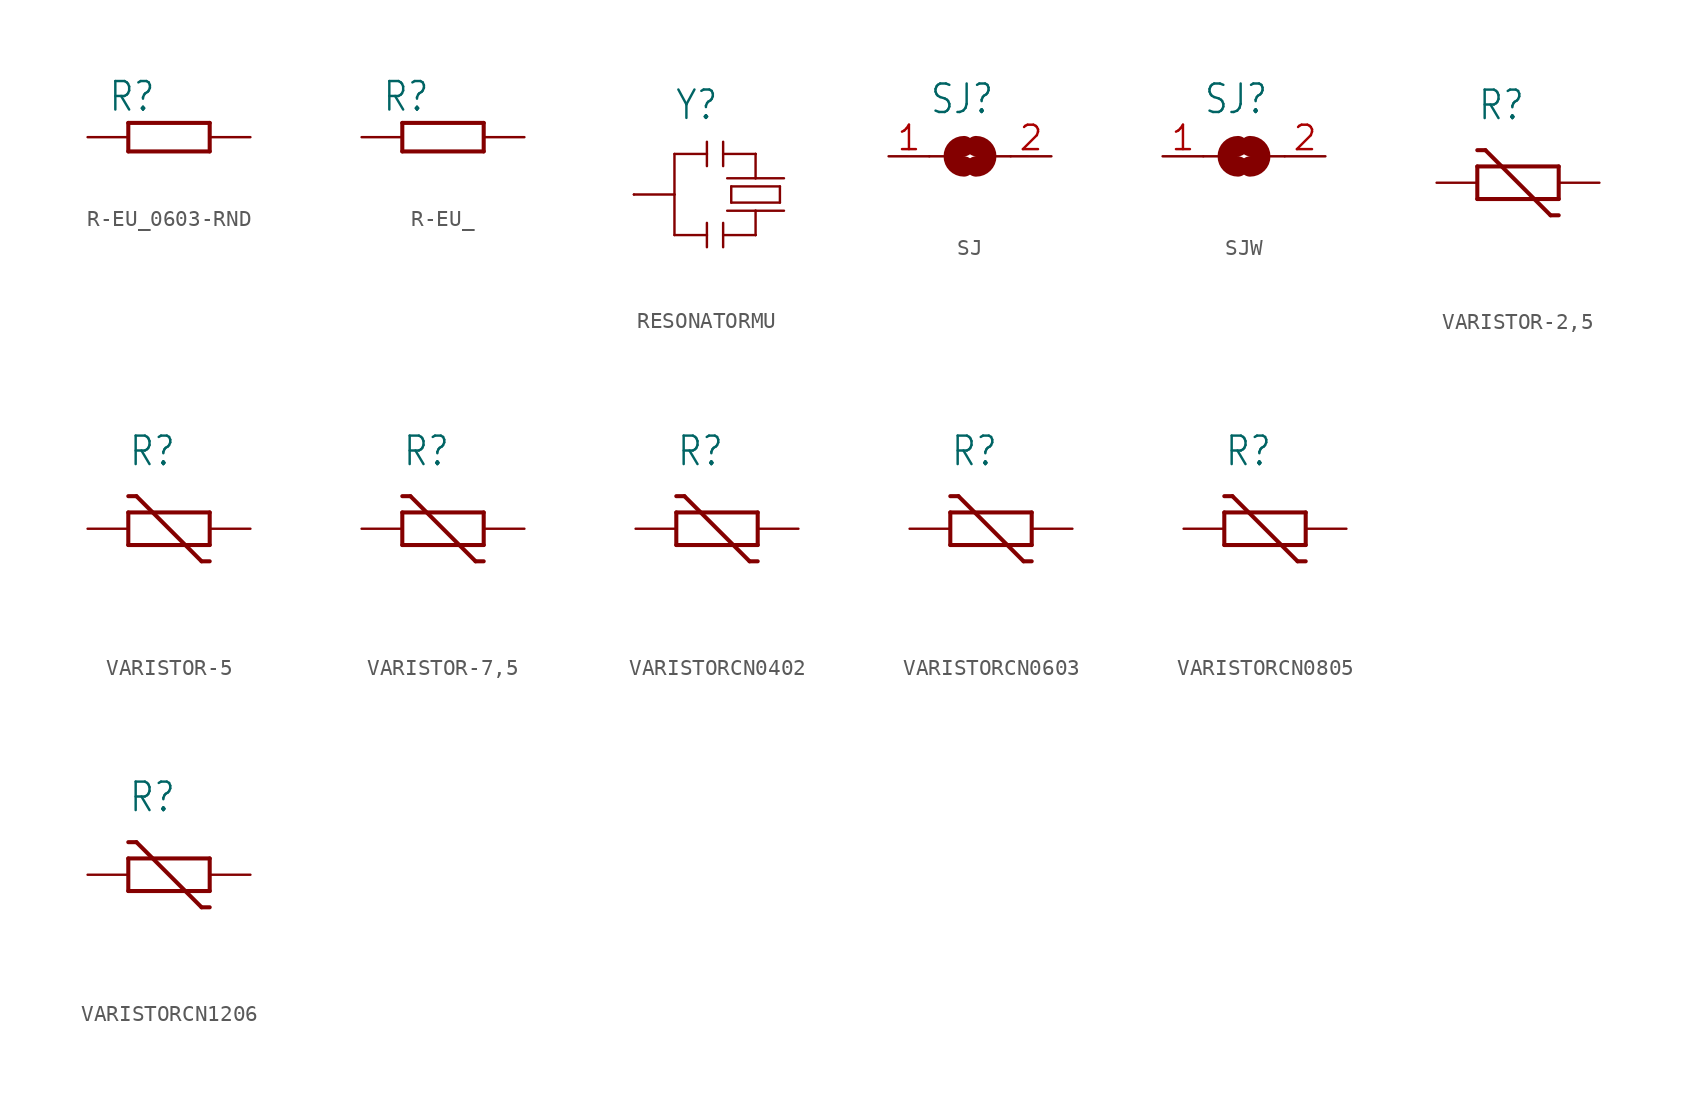
<source format=kicad_sym>
(kicad_symbol_lib
  (version 20241209)
  (generator "kicad_symbol_editor")
  (generator_version "9.0")
  (symbol "R-EU_0603-RND"
    (property "Reference" "R"
      (at -3.81 1.499 0)
      (effects (font (size 1.778 1.511)) (justify left bottom)))
    (property "Value" ""
      (at -3.81 -3.302 0)
      (effects (font (size 1.778 1.511)) (justify left bottom)))
    (property "ki_locked" ""
      (at 0 0 0)
      (effects (font (size 1.27 1.27))))
    (symbol "R-EU_0603-RND_1_0"
      (polyline (pts (xy -2.54 -0.889) (xy -2.54 0.889)) (stroke (width 0.254) (type solid)) (fill (type none)))
      (polyline (pts (xy -2.54 -0.889) (xy 2.54 -0.889)) (stroke (width 0.254) (type solid)) (fill (type none)))
      (polyline (pts (xy 2.54 0.889) (xy -2.54 0.889)) (stroke (width 0.254) (type solid)) (fill (type none)))
      (polyline (pts (xy 2.54 -0.889) (xy 2.54 0.889)) (stroke (width 0.254) (type solid)) (fill (type none)))
      (pin passive line (at -5.08 0 0) (length 2.54) (name "1" (effects (font (size 0 0)))) (number "1" (effects (font (size 0 0)))))
      (pin passive line (at 5.08 0 180) (length 2.54) (name "2" (effects (font (size 0 0)))) (number "2" (effects (font (size 0 0)))))))
  (symbol "R-EU_"
    (property "Reference" "R"
      (at -3.81 1.499 0)
      (effects (font (size 1.778 1.511)) (justify left bottom)))
    (property "Value" ""
      (at -3.81 -3.302 0)
      (effects (font (size 1.778 1.511)) (justify left bottom)))
    (property "ki_locked" ""
      (at 0 0 0)
      (effects (font (size 1.27 1.27))))
    (symbol "R-EU__1_0"
      (polyline (pts (xy -2.54 -0.889) (xy -2.54 0.889)) (stroke (width 0.254) (type solid)) (fill (type none)))
      (polyline (pts (xy -2.54 -0.889) (xy 2.54 -0.889)) (stroke (width 0.254) (type solid)) (fill (type none)))
      (polyline (pts (xy 2.54 0.889) (xy -2.54 0.889)) (stroke (width 0.254) (type solid)) (fill (type none)))
      (polyline (pts (xy 2.54 -0.889) (xy 2.54 0.889)) (stroke (width 0.254) (type solid)) (fill (type none)))
      (pin passive line (at -5.08 0 0) (length 2.54) (name "1" (effects (font (size 0 0)))) (number "1" (effects (font (size 0 0)))))
      (pin passive line (at 5.08 0 180) (length 2.54) (name "2" (effects (font (size 0 0)))) (number "2" (effects (font (size 0 0)))))))
  (symbol "RESONATORMU"
    (property "Reference" "Y"
      (at -5.08 4.572 0)
      (effects (font (size 1.778 1.511)) (justify left bottom)))
    (property "Value" ""
      (at -5.08 -5.588 0)
      (effects (font (size 1.778 1.511)) (justify left bottom)))
    (property "ki_locked" ""
      (at 0 0 0)
      (effects (font (size 1.27 1.27))))
    (symbol "RESONATORMU_1_0"
      (polyline (pts (xy -5.08 2.54) (xy -5.08 0)) (stroke (width 0.152) (type solid)) (fill (type none)))
      (polyline (pts (xy -5.08 0) (xy -7.62 0)) (stroke (width 0.152) (type solid)) (fill (type none)))
      (polyline (pts (xy -5.08 0) (xy -5.08 -2.54)) (stroke (width 0.152) (type solid)) (fill (type none)))
      (polyline (pts (xy -5.08 -2.54) (xy -3.048 -2.54)) (stroke (width 0.152) (type solid)) (fill (type none)))
      (polyline (pts (xy -3.048 3.302) (xy -3.048 2.54)) (stroke (width 0.152) (type solid)) (fill (type none)))
      (polyline (pts (xy -3.048 2.54) (xy -5.08 2.54)) (stroke (width 0.152) (type solid)) (fill (type none)))
      (polyline (pts (xy -3.048 2.54) (xy -3.048 1.778)) (stroke (width 0.152) (type solid)) (fill (type none)))
      (polyline (pts (xy -3.048 -1.778) (xy -3.048 -2.54)) (stroke (width 0.152) (type solid)) (fill (type none)))
      (polyline (pts (xy -3.048 -2.54) (xy -3.048 -3.302)) (stroke (width 0.152) (type solid)) (fill (type none)))
      (polyline (pts (xy -2.032 3.302) (xy -2.032 1.778)) (stroke (width 0.152) (type solid)) (fill (type none)))
      (polyline (pts (xy -2.032 -1.778) (xy -2.032 -3.302)) (stroke (width 0.152) (type solid)) (fill (type none)))
      (polyline (pts (xy -1.778 1.016) (xy 0 1.016)) (stroke (width 0.152) (type solid)) (fill (type none)))
      (polyline (pts (xy -1.778 -1.016) (xy 0 -1.016)) (stroke (width 0.152) (type solid)) (fill (type none)))
      (polyline (pts (xy -1.524 0.508) (xy -1.524 -0.508)) (stroke (width 0.152) (type solid)) (fill (type none)))
      (polyline (pts (xy -1.524 -0.508) (xy 1.524 -0.508)) (stroke (width 0.152) (type solid)) (fill (type none)))
      (polyline (pts (xy 0 2.54) (xy -2.032 2.54)) (stroke (width 0.152) (type solid)) (fill (type none)))
      (polyline (pts (xy 0 1.016) (xy 0 2.54)) (stroke (width 0.152) (type solid)) (fill (type none)))
      (polyline (pts (xy 0 1.016) (xy 1.778 1.016)) (stroke (width 0.152) (type solid)) (fill (type none)))
      (polyline (pts (xy 0 -1.016) (xy 0 -2.54)) (stroke (width 0.152) (type solid)) (fill (type none)))
      (polyline (pts (xy 0 -1.016) (xy 1.778 -1.016)) (stroke (width 0.152) (type solid)) (fill (type none)))
      (polyline (pts (xy 0 -2.54) (xy -2.032 -2.54)) (stroke (width 0.152) (type solid)) (fill (type none)))
      (polyline (pts (xy 1.524 0.508) (xy -1.524 0.508)) (stroke (width 0.152) (type solid)) (fill (type none)))
      (polyline (pts (xy 1.524 -0.508) (xy 1.524 0.508)) (stroke (width 0.152) (type solid)) (fill (type none)))
      (pin passive line (at -7.62 0 0) (length 0) (name "2" (effects (font (size 0 0)))) (number "2" (effects (font (size 0 0)))))
      (pin passive line (at 0 2.54 180) (length 0) (name "1" (effects (font (size 0 0)))) (number "1" (effects (font (size 0 0)))))
      (pin passive line (at 0 -2.54 180) (length 0) (name "3" (effects (font (size 0 0)))) (number "3" (effects (font (size 0 0)))))))
  (symbol "SJ"
    (property "Reference" "SJ"
      (at -2.54 2.54 0)
      (effects (font (size 1.778 1.511)) (justify left bottom)))
    (property "Value" ""
      (at -2.54 -3.81 0)
      (effects (font (size 1.778 1.511)) (justify left bottom)))
    (property "ki_locked" ""
      (at 0 0 0)
      (effects (font (size 1.27 1.27))))
    (symbol "SJ_1_0"
      (polyline (pts (xy -2.54 0) (xy -1.651 0)) (stroke (width 0.152) (type solid)) (fill (type none)))
      (arc (start -0.381 -0.635) (mid -1.0159 0.0001) (end -0.3808 0.635) (stroke (width 1.27) (type solid)) (fill (type none)))
      (arc (start 0.381 0.635) (mid 1.0159 -0.0001) (end 0.3808 -0.635) (stroke (width 1.27) (type solid)) (fill (type none)))
      (polyline (pts (xy 2.54 0) (xy 1.651 0)) (stroke (width 0.152) (type solid)) (fill (type none)))
      (pin passive line (at -5.08 0 0) (length 2.54) (name "1" (effects (font (size 0 0)))) (number "1" (effects (font (size 1.524 1.524)))))
      (pin passive line (at 5.08 0 180) (length 2.54) (name "2" (effects (font (size 0 0)))) (number "2" (effects (font (size 1.524 1.524)))))))
  (symbol "SJW"
    (property "Reference" "SJ"
      (at -2.54 2.54 0)
      (effects (font (size 1.778 1.511)) (justify left bottom)))
    (property "Value" ""
      (at -2.54 -3.81 0)
      (effects (font (size 1.778 1.511)) (justify left bottom)))
    (property "ki_locked" ""
      (at 0 0 0)
      (effects (font (size 1.27 1.27))))
    (symbol "SJW_1_0"
      (polyline (pts (xy -2.54 0) (xy -1.651 0)) (stroke (width 0.152) (type solid)) (fill (type none)))
      (arc (start -0.381 -0.635) (mid -1.0159 0.0001) (end -0.3808 0.635) (stroke (width 1.27) (type solid)) (fill (type none)))
      (arc (start 0.381 0.635) (mid 1.0159 -0.0001) (end 0.3808 -0.635) (stroke (width 1.27) (type solid)) (fill (type none)))
      (polyline (pts (xy 2.54 0) (xy 1.651 0)) (stroke (width 0.152) (type solid)) (fill (type none)))
      (pin passive line (at -5.08 0 0) (length 2.54) (name "1" (effects (font (size 0 0)))) (number "1" (effects (font (size 1.524 1.524)))))
      (pin passive line (at 5.08 0 180) (length 2.54) (name "2" (effects (font (size 0 0)))) (number "2" (effects (font (size 1.524 1.524)))))))
  (symbol "VARISTOR-2,5"
    (property "Reference" "R"
      (at -2.54 3.81 0)
      (effects (font (size 1.778 1.511)) (justify left bottom)))
    (property "Value" ""
      (at -2.54 -6.35 0)
      (effects (font (size 1.778 1.511)) (justify left bottom)))
    (property "ki_locked" ""
      (at 0 0 0)
      (effects (font (size 1.27 1.27))))
    (symbol "VARISTOR-2,5_1_0"
      (polyline (pts (xy -2.54 1.016) (xy 2.54 1.016)) (stroke (width 0.254) (type solid)) (fill (type none)))
      (polyline (pts (xy -2.54 -1.016) (xy -2.54 1.016)) (stroke (width 0.254) (type solid)) (fill (type none)))
      (polyline (pts (xy -2.032 2.032) (xy -2.54 2.032)) (stroke (width 0.254) (type solid)) (fill (type none)))
      (polyline (pts (xy 2.032 -2.032) (xy -2.032 2.032)) (stroke (width 0.254) (type solid)) (fill (type none)))
      (polyline (pts (xy 2.54 1.016) (xy 2.54 -1.016)) (stroke (width 0.254) (type solid)) (fill (type none)))
      (polyline (pts (xy 2.54 -1.016) (xy -2.54 -1.016)) (stroke (width 0.254) (type solid)) (fill (type none)))
      (polyline (pts (xy 2.54 -2.032) (xy 2.032 -2.032)) (stroke (width 0.254) (type solid)) (fill (type none)))
      (pin passive line (at -5.08 0 0) (length 2.54) (name "2" (effects (font (size 0 0)))) (number "2" (effects (font (size 0 0)))))
      (pin passive line (at 5.08 0 180) (length 2.54) (name "1" (effects (font (size 0 0)))) (number "1" (effects (font (size 0 0)))))))
  (symbol "VARISTOR-5"
    (property "Reference" "R"
      (at -2.54 3.81 0)
      (effects (font (size 1.778 1.511)) (justify left bottom)))
    (property "Value" ""
      (at -2.54 -6.35 0)
      (effects (font (size 1.778 1.511)) (justify left bottom)))
    (property "ki_locked" ""
      (at 0 0 0)
      (effects (font (size 1.27 1.27))))
    (symbol "VARISTOR-5_1_0"
      (polyline (pts (xy -2.54 1.016) (xy 2.54 1.016)) (stroke (width 0.254) (type solid)) (fill (type none)))
      (polyline (pts (xy -2.54 -1.016) (xy -2.54 1.016)) (stroke (width 0.254) (type solid)) (fill (type none)))
      (polyline (pts (xy -2.032 2.032) (xy -2.54 2.032)) (stroke (width 0.254) (type solid)) (fill (type none)))
      (polyline (pts (xy 2.032 -2.032) (xy -2.032 2.032)) (stroke (width 0.254) (type solid)) (fill (type none)))
      (polyline (pts (xy 2.54 1.016) (xy 2.54 -1.016)) (stroke (width 0.254) (type solid)) (fill (type none)))
      (polyline (pts (xy 2.54 -1.016) (xy -2.54 -1.016)) (stroke (width 0.254) (type solid)) (fill (type none)))
      (polyline (pts (xy 2.54 -2.032) (xy 2.032 -2.032)) (stroke (width 0.254) (type solid)) (fill (type none)))
      (pin passive line (at -5.08 0 0) (length 2.54) (name "2" (effects (font (size 0 0)))) (number "2" (effects (font (size 0 0)))))
      (pin passive line (at 5.08 0 180) (length 2.54) (name "1" (effects (font (size 0 0)))) (number "1" (effects (font (size 0 0)))))))
  (symbol "VARISTOR-7,5"
    (property "Reference" "R"
      (at -2.54 3.81 0)
      (effects (font (size 1.778 1.511)) (justify left bottom)))
    (property "Value" ""
      (at -2.54 -6.35 0)
      (effects (font (size 1.778 1.511)) (justify left bottom)))
    (property "ki_locked" ""
      (at 0 0 0)
      (effects (font (size 1.27 1.27))))
    (symbol "VARISTOR-7,5_1_0"
      (polyline (pts (xy -2.54 1.016) (xy 2.54 1.016)) (stroke (width 0.254) (type solid)) (fill (type none)))
      (polyline (pts (xy -2.54 -1.016) (xy -2.54 1.016)) (stroke (width 0.254) (type solid)) (fill (type none)))
      (polyline (pts (xy -2.032 2.032) (xy -2.54 2.032)) (stroke (width 0.254) (type solid)) (fill (type none)))
      (polyline (pts (xy 2.032 -2.032) (xy -2.032 2.032)) (stroke (width 0.254) (type solid)) (fill (type none)))
      (polyline (pts (xy 2.54 1.016) (xy 2.54 -1.016)) (stroke (width 0.254) (type solid)) (fill (type none)))
      (polyline (pts (xy 2.54 -1.016) (xy -2.54 -1.016)) (stroke (width 0.254) (type solid)) (fill (type none)))
      (polyline (pts (xy 2.54 -2.032) (xy 2.032 -2.032)) (stroke (width 0.254) (type solid)) (fill (type none)))
      (pin passive line (at -5.08 0 0) (length 2.54) (name "2" (effects (font (size 0 0)))) (number "2" (effects (font (size 0 0)))))
      (pin passive line (at 5.08 0 180) (length 2.54) (name "1" (effects (font (size 0 0)))) (number "1" (effects (font (size 0 0)))))))
  (symbol "VARISTORCN0402"
    (property "Reference" "R"
      (at -2.54 3.81 0)
      (effects (font (size 1.778 1.511)) (justify left bottom)))
    (property "Value" ""
      (at -2.54 -6.35 0)
      (effects (font (size 1.778 1.511)) (justify left bottom)))
    (property "ki_locked" ""
      (at 0 0 0)
      (effects (font (size 1.27 1.27))))
    (symbol "VARISTORCN0402_1_0"
      (polyline (pts (xy -2.54 1.016) (xy 2.54 1.016)) (stroke (width 0.254) (type solid)) (fill (type none)))
      (polyline (pts (xy -2.54 -1.016) (xy -2.54 1.016)) (stroke (width 0.254) (type solid)) (fill (type none)))
      (polyline (pts (xy -2.032 2.032) (xy -2.54 2.032)) (stroke (width 0.254) (type solid)) (fill (type none)))
      (polyline (pts (xy 2.032 -2.032) (xy -2.032 2.032)) (stroke (width 0.254) (type solid)) (fill (type none)))
      (polyline (pts (xy 2.54 1.016) (xy 2.54 -1.016)) (stroke (width 0.254) (type solid)) (fill (type none)))
      (polyline (pts (xy 2.54 -1.016) (xy -2.54 -1.016)) (stroke (width 0.254) (type solid)) (fill (type none)))
      (polyline (pts (xy 2.54 -2.032) (xy 2.032 -2.032)) (stroke (width 0.254) (type solid)) (fill (type none)))
      (pin passive line (at -5.08 0 0) (length 2.54) (name "2" (effects (font (size 0 0)))) (number "2" (effects (font (size 0 0)))))
      (pin passive line (at 5.08 0 180) (length 2.54) (name "1" (effects (font (size 0 0)))) (number "1" (effects (font (size 0 0)))))))
  (symbol "VARISTORCN0603"
    (property "Reference" "R"
      (at -2.54 3.81 0)
      (effects (font (size 1.778 1.511)) (justify left bottom)))
    (property "Value" ""
      (at -2.54 -6.35 0)
      (effects (font (size 1.778 1.511)) (justify left bottom)))
    (property "ki_locked" ""
      (at 0 0 0)
      (effects (font (size 1.27 1.27))))
    (symbol "VARISTORCN0603_1_0"
      (polyline (pts (xy -2.54 1.016) (xy 2.54 1.016)) (stroke (width 0.254) (type solid)) (fill (type none)))
      (polyline (pts (xy -2.54 -1.016) (xy -2.54 1.016)) (stroke (width 0.254) (type solid)) (fill (type none)))
      (polyline (pts (xy -2.032 2.032) (xy -2.54 2.032)) (stroke (width 0.254) (type solid)) (fill (type none)))
      (polyline (pts (xy 2.032 -2.032) (xy -2.032 2.032)) (stroke (width 0.254) (type solid)) (fill (type none)))
      (polyline (pts (xy 2.54 1.016) (xy 2.54 -1.016)) (stroke (width 0.254) (type solid)) (fill (type none)))
      (polyline (pts (xy 2.54 -1.016) (xy -2.54 -1.016)) (stroke (width 0.254) (type solid)) (fill (type none)))
      (polyline (pts (xy 2.54 -2.032) (xy 2.032 -2.032)) (stroke (width 0.254) (type solid)) (fill (type none)))
      (pin passive line (at -5.08 0 0) (length 2.54) (name "2" (effects (font (size 0 0)))) (number "2" (effects (font (size 0 0)))))
      (pin passive line (at 5.08 0 180) (length 2.54) (name "1" (effects (font (size 0 0)))) (number "1" (effects (font (size 0 0)))))))
  (symbol "VARISTORCN0805"
    (property "Reference" "R"
      (at -2.54 3.81 0)
      (effects (font (size 1.778 1.511)) (justify left bottom)))
    (property "Value" ""
      (at -2.54 -6.35 0)
      (effects (font (size 1.778 1.511)) (justify left bottom)))
    (property "ki_locked" ""
      (at 0 0 0)
      (effects (font (size 1.27 1.27))))
    (symbol "VARISTORCN0805_1_0"
      (polyline (pts (xy -2.54 1.016) (xy 2.54 1.016)) (stroke (width 0.254) (type solid)) (fill (type none)))
      (polyline (pts (xy -2.54 -1.016) (xy -2.54 1.016)) (stroke (width 0.254) (type solid)) (fill (type none)))
      (polyline (pts (xy -2.032 2.032) (xy -2.54 2.032)) (stroke (width 0.254) (type solid)) (fill (type none)))
      (polyline (pts (xy 2.032 -2.032) (xy -2.032 2.032)) (stroke (width 0.254) (type solid)) (fill (type none)))
      (polyline (pts (xy 2.54 1.016) (xy 2.54 -1.016)) (stroke (width 0.254) (type solid)) (fill (type none)))
      (polyline (pts (xy 2.54 -1.016) (xy -2.54 -1.016)) (stroke (width 0.254) (type solid)) (fill (type none)))
      (polyline (pts (xy 2.54 -2.032) (xy 2.032 -2.032)) (stroke (width 0.254) (type solid)) (fill (type none)))
      (pin passive line (at -5.08 0 0) (length 2.54) (name "2" (effects (font (size 0 0)))) (number "2" (effects (font (size 0 0)))))
      (pin passive line (at 5.08 0 180) (length 2.54) (name "1" (effects (font (size 0 0)))) (number "1" (effects (font (size 0 0)))))))
  (symbol "VARISTORCN1206"
    (property "Reference" "R"
      (at -2.54 3.81 0)
      (effects (font (size 1.778 1.511)) (justify left bottom)))
    (property "Value" ""
      (at -2.54 -6.35 0)
      (effects (font (size 1.778 1.511)) (justify left bottom)))
    (property "ki_locked" ""
      (at 0 0 0)
      (effects (font (size 1.27 1.27))))
    (symbol "VARISTORCN1206_1_0"
      (polyline (pts (xy -2.54 1.016) (xy 2.54 1.016)) (stroke (width 0.254) (type solid)) (fill (type none)))
      (polyline (pts (xy -2.54 -1.016) (xy -2.54 1.016)) (stroke (width 0.254) (type solid)) (fill (type none)))
      (polyline (pts (xy -2.032 2.032) (xy -2.54 2.032)) (stroke (width 0.254) (type solid)) (fill (type none)))
      (polyline (pts (xy 2.032 -2.032) (xy -2.032 2.032)) (stroke (width 0.254) (type solid)) (fill (type none)))
      (polyline (pts (xy 2.54 1.016) (xy 2.54 -1.016)) (stroke (width 0.254) (type solid)) (fill (type none)))
      (polyline (pts (xy 2.54 -1.016) (xy -2.54 -1.016)) (stroke (width 0.254) (type solid)) (fill (type none)))
      (polyline (pts (xy 2.54 -2.032) (xy 2.032 -2.032)) (stroke (width 0.254) (type solid)) (fill (type none)))
      (pin passive line (at -5.08 0 0) (length 2.54) (name "2" (effects (font (size 0 0)))) (number "2" (effects (font (size 0 0)))))
      (pin passive line (at 5.08 0 180) (length 2.54) (name "1" (effects (font (size 0 0)))) (number "1" (effects (font (size 0 0))))))))
</source>
